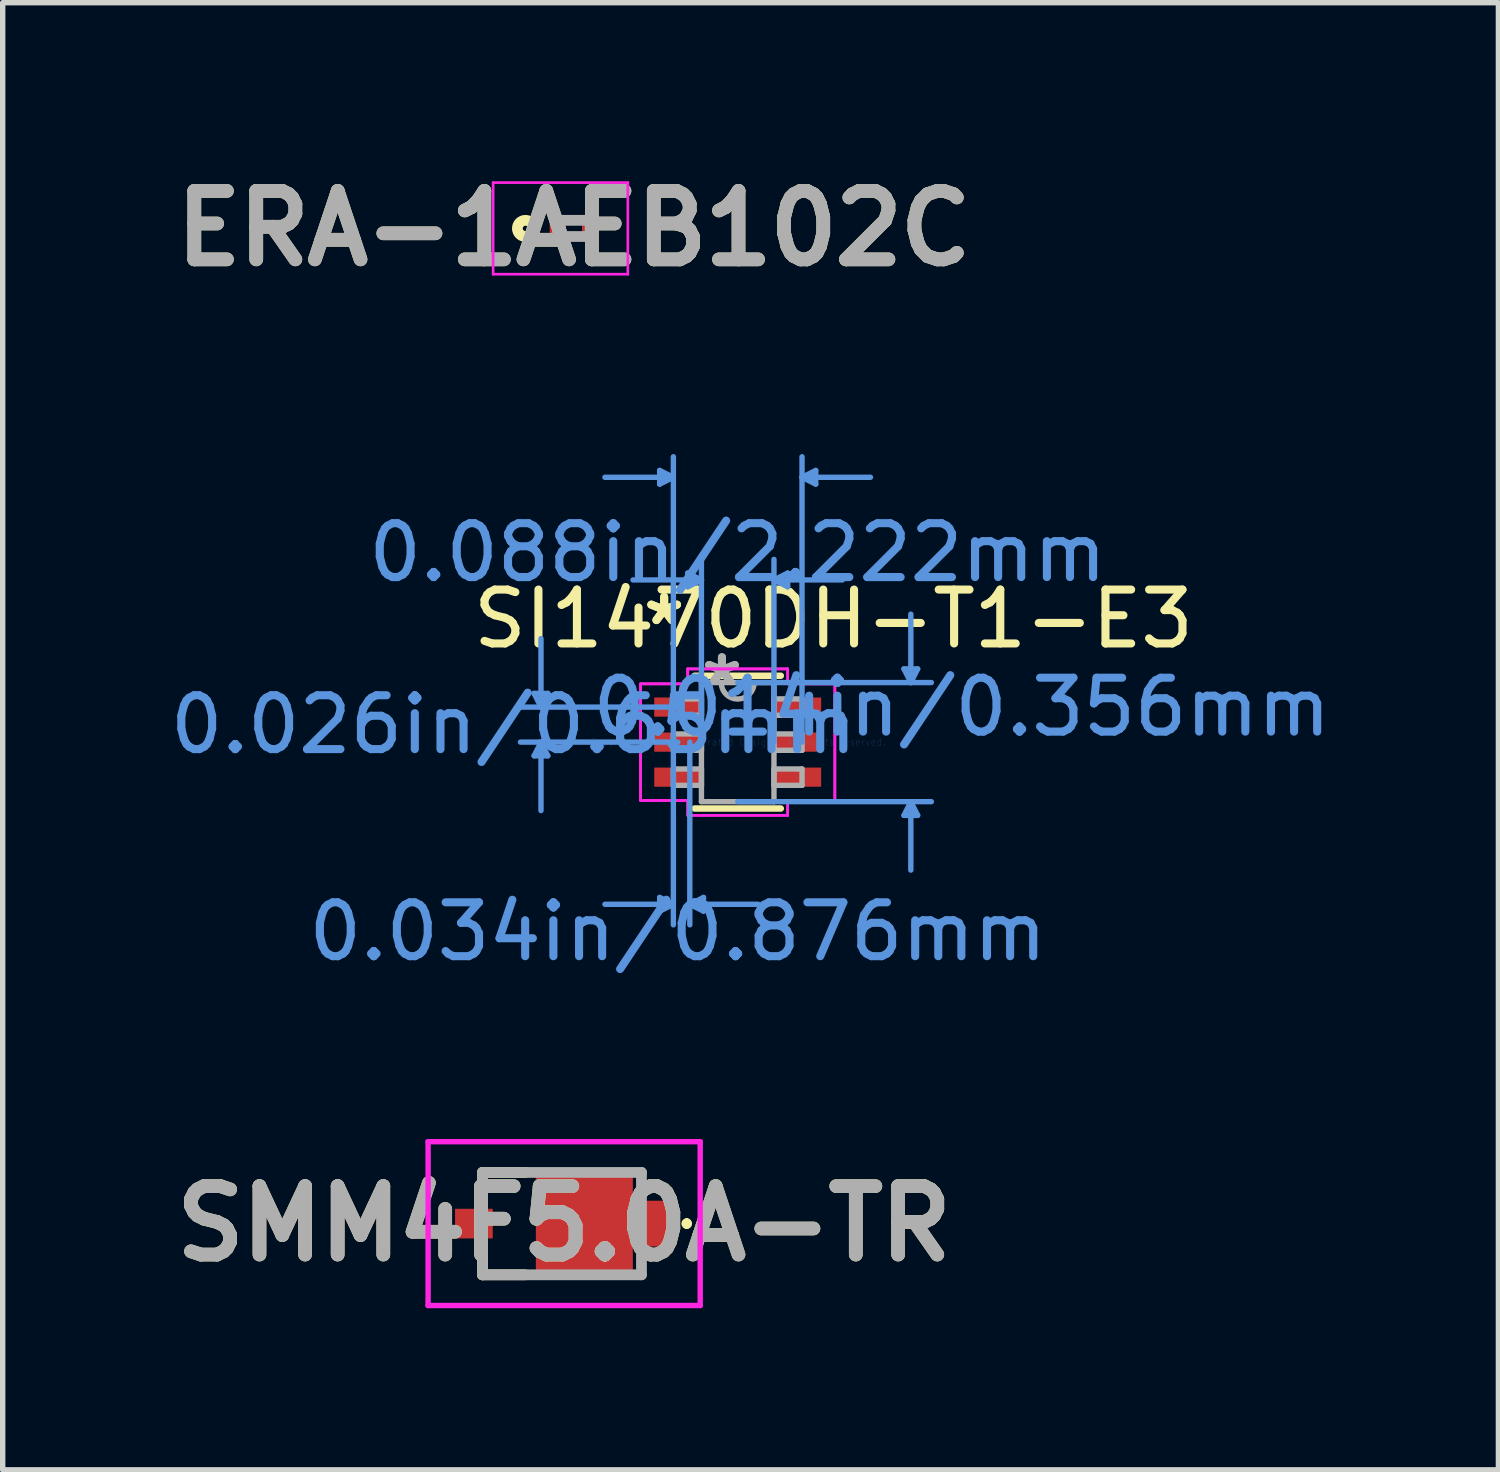
<source format=kicad_pcb>
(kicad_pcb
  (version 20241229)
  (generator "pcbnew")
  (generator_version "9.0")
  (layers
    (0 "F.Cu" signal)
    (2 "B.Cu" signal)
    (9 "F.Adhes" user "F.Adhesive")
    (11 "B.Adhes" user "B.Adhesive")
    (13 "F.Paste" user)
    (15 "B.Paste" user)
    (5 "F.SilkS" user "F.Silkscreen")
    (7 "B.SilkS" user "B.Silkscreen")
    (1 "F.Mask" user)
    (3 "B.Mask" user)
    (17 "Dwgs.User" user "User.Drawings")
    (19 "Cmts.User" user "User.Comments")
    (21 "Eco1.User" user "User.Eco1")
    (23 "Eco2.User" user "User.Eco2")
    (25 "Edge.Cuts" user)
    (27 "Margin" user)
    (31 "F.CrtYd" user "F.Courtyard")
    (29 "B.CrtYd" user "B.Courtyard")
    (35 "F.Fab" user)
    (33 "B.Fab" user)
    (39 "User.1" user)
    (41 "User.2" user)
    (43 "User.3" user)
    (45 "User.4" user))
  (footprint "ERA-1AEB102C"
    (layer "F.Cu")
    (at 7.602 1.189)
    (property "Reference" "ERA-1AEB102C" (at 0 0 0) (layer "F.SilkS") (effects (font (size 1.27 1.27) (thickness 0.254))))
    (attr smd)
    (fp_circle (center -0.9 0) (end -0.9 0.05) (stroke (width 0.2) (type solid)) (fill no) (layer "F.SilkS"))
    (fp_line (start -1.5 -0.85) (end 1 -0.85) (stroke (width 0.05) (type solid)) (layer "F.CrtYd"))
    (fp_line (start -1.5 0.85) (end -1.5 -0.85) (stroke (width 0.05) (type solid)) (layer "F.CrtYd"))
    (fp_line (start 1 -0.85) (end 1 0.85) (stroke (width 0.05) (type solid)) (layer "F.CrtYd"))
    (fp_line (start 1 0.85) (end -1.5 0.85) (stroke (width 0.05) (type solid)) (layer "F.CrtYd"))
    (fp_line (start -0.3 -0.15) (end 0.3 -0.15) (stroke (width 0.2) (type solid)) (layer "F.Fab"))
    (fp_line (start -0.3 0.15) (end -0.3 -0.15) (stroke (width 0.2) (type solid)) (layer "F.Fab"))
    (fp_line (start 0.3 -0.15) (end 0.3 0.15) (stroke (width 0.2) (type solid)) (layer "F.Fab"))
    (fp_line (start 0.3 0.15) (end -0.3 0.15) (stroke (width 0.2) (type solid)) (layer "F.Fab"))
    (fp_text user "${REFERENCE}" (at 0 0 0) (layer "F.Fab") (effects (font (size 1.27 1.27) (thickness 0.254))))
    (pad "1" smd rect (at -0.3 0 90) (size 0.3 0.3) (layers "F.Cu" "F.Mask" "F.Paste"))
    (pad "2" smd rect (at 0.3 0 90) (size 0.3 0.3) (layers "F.Cu" "F.Mask" "F.Paste")))
  (footprint "SMM4F5.0A-TR"
    (layer "F.Cu")
    (at 7.795 19.659)
    (property "Reference" "SMM4F5.0A-TR" (at -0.375 0 0) (layer "F.SilkS") (effects (font (size 1.27 1.27) (thickness 0.254))))
    (attr smd)
    (fp_line (start -1.89 -0.95) (end -1.89 -0.5) (stroke (width 0.2) (type solid)) (layer "F.SilkS"))
    (fp_line (start -1.89 0.5) (end -1.89 0.95) (stroke (width 0.2) (type solid)) (layer "F.SilkS"))
    (fp_line (start -1.89 0.95) (end -1.1 0.95) (stroke (width 0.2) (type solid)) (layer "F.SilkS"))
    (fp_line (start -1.1 -0.95) (end -1.89 -0.95) (stroke (width 0.2) (type solid)) (layer "F.SilkS"))
    (fp_line (start 1.9 -0.05) (end 1.9 -0.05) (stroke (width 0.1) (type solid)) (layer "F.SilkS"))
    (fp_line (start 1.9 0.05) (end 1.9 0.05) (stroke (width 0.1) (type solid)) (layer "F.SilkS"))
    (fp_arc (start 1.9 -0.05) (mid 1.95 0) (end 1.9 0.05) (stroke (width 0.1) (type solid)) (layer "F.SilkS"))
    (fp_arc (start 1.9 0.05) (mid 1.85 0) (end 1.9 -0.05) (stroke (width 0.1) (type solid)) (layer "F.SilkS"))
    (fp_line (start -2.9 -1.52) (end 2.15 -1.52) (stroke (width 0.1) (type solid)) (layer "F.CrtYd"))
    (fp_line (start -2.9 1.52) (end -2.9 -1.52) (stroke (width 0.1) (type solid)) (layer "F.CrtYd"))
    (fp_line (start 2.15 -1.52) (end 2.15 1.52) (stroke (width 0.1) (type solid)) (layer "F.CrtYd"))
    (fp_line (start 2.15 1.52) (end -2.9 1.52) (stroke (width 0.1) (type solid)) (layer "F.CrtYd"))
    (fp_line (start -1.89 -0.95) (end 1.06 -0.95) (stroke (width 0.2) (type solid)) (layer "F.Fab"))
    (fp_line (start -1.89 0.95) (end -1.89 -0.95) (stroke (width 0.2) (type solid)) (layer "F.Fab"))
    (fp_line (start 1.06 -0.95) (end 1.06 0.95) (stroke (width 0.2) (type solid)) (layer "F.Fab"))
    (fp_line (start 1.06 0.95) (end -1.89 0.95) (stroke (width 0.2) (type solid)) (layer "F.Fab"))
    (fp_text user "${REFERENCE}" (at -0.375 0 0) (layer "F.Fab") (effects (font (size 1.27 1.27) (thickness 0.254))))
    (pad "1" smd rect (at 1.275 0) (size 0.75 0.85) (layers "F.Cu" "F.Mask" "F.Paste"))
    (pad "2" smd rect (at -2.05 0 90) (size 0.55 0.7) (layers "F.Cu" "F.Mask" "F.Paste"))
    (pad "3" smd rect (at 0 0) (size 1.8 2.04) (layers "F.Cu" "F.Mask" "F.Paste")))
  (footprint "SI1470DH-T1-E3"
    (layer "F.Cu")
    (at 10.641 10.723)
    (property "Reference" "SI1470DH-T1-E3" (at 1.778 -2.286 0) (layer "F.SilkS") (effects (font (size 1 1) (thickness 0.15))))
    (attr through_hole)
    (fp_line (start -0.8 1.232) (end 0.8 1.232) (stroke (width 0.12) (type solid)) (layer "F.SilkS"))
    (fp_line (start 0.8 -1.232) (end -0.8 -1.232) (stroke (width 0.12) (type solid)) (layer "F.SilkS"))
    (fp_line (start -3.778 -0.904) (end -3.524 -0.904) (stroke (width 0.1) (type solid)) (layer "Cmts.User"))
    (fp_line (start -3.778 0.254) (end -3.524 0.254) (stroke (width 0.1) (type solid)) (layer "Cmts.User"))
    (fp_line (start -3.651 -0.65) (end -3.778 -0.904) (stroke (width 0.1) (type solid)) (layer "Cmts.User"))
    (fp_line (start -3.651 -0.65) (end -3.651 -1.92) (stroke (width 0.1) (type solid)) (layer "Cmts.User"))
    (fp_line (start -3.651 -0.65) (end -3.524 -0.904) (stroke (width 0.1) (type solid)) (layer "Cmts.User"))
    (fp_line (start -3.651 0) (end -3.778 0.254) (stroke (width 0.1) (type solid)) (layer "Cmts.User"))
    (fp_line (start -3.651 0) (end -3.651 1.27) (stroke (width 0.1) (type solid)) (layer "Cmts.User"))
    (fp_line (start -3.651 0) (end -3.524 0.254) (stroke (width 0.1) (type solid)) (layer "Cmts.User"))
    (fp_line (start -1.448 -5.042) (end -1.448 -4.788) (stroke (width 0.1) (type solid)) (layer "Cmts.User"))
    (fp_line (start -1.448 2.883) (end -1.448 3.137) (stroke (width 0.1) (type solid)) (layer "Cmts.User"))
    (fp_line (start -1.194 -4.915) (end -2.464 -4.915) (stroke (width 0.1) (type solid)) (layer "Cmts.User"))
    (fp_line (start -1.194 -4.915) (end -1.448 -5.042) (stroke (width 0.1) (type solid)) (layer "Cmts.User"))
    (fp_line (start -1.194 -4.915) (end -1.448 -4.788) (stroke (width 0.1) (type solid)) (layer "Cmts.User"))
    (fp_line (start -1.194 0) (end -1.194 -5.296) (stroke (width 0.1) (type solid)) (layer "Cmts.User"))
    (fp_line (start -1.194 0) (end -1.194 3.391) (stroke (width 0.1) (type solid)) (layer "Cmts.User"))
    (fp_line (start -1.194 3.01) (end -2.464 3.01) (stroke (width 0.1) (type solid)) (layer "Cmts.User"))
    (fp_line (start -1.194 3.01) (end -1.448 2.883) (stroke (width 0.1) (type solid)) (layer "Cmts.User"))
    (fp_line (start -1.194 3.01) (end -1.448 3.137) (stroke (width 0.1) (type solid)) (layer "Cmts.User"))
    (fp_line (start -1.111 -0.65) (end -4.032 -0.65) (stroke (width 0.1) (type solid)) (layer "Cmts.User"))
    (fp_line (start -1.111 0) (end -4.032 0) (stroke (width 0.1) (type solid)) (layer "Cmts.User"))
    (fp_line (start -0.927 -3.137) (end -0.927 -2.883) (stroke (width 0.1) (type solid)) (layer "Cmts.User"))
    (fp_line (start -0.889 0) (end -0.889 3.391) (stroke (width 0.1) (type solid)) (layer "Cmts.User"))
    (fp_line (start -0.889 3.01) (end -0.635 2.883) (stroke (width 0.1) (type solid)) (layer "Cmts.User"))
    (fp_line (start -0.889 3.01) (end -0.635 3.137) (stroke (width 0.1) (type solid)) (layer "Cmts.User"))
    (fp_line (start -0.889 3.01) (end 0.381 3.01) (stroke (width 0.1) (type solid)) (layer "Cmts.User"))
    (fp_line (start -0.673 -3.01) (end -1.943 -3.01) (stroke (width 0.1) (type solid)) (layer "Cmts.User"))
    (fp_line (start -0.673 -3.01) (end -0.927 -3.137) (stroke (width 0.1) (type solid)) (layer "Cmts.User"))
    (fp_line (start -0.673 -3.01) (end -0.927 -2.883) (stroke (width 0.1) (type solid)) (layer "Cmts.User"))
    (fp_line (start -0.673 0) (end -0.673 -3.391) (stroke (width 0.1) (type solid)) (layer "Cmts.User"))
    (fp_line (start -0.635 2.883) (end -0.635 3.137) (stroke (width 0.1) (type solid)) (layer "Cmts.User"))
    (fp_line (start 0 -1.105) (end 3.594 -1.105) (stroke (width 0.1) (type solid)) (layer "Cmts.User"))
    (fp_line (start 0 1.105) (end 3.594 1.105) (stroke (width 0.1) (type solid)) (layer "Cmts.User"))
    (fp_line (start 0.673 -3.01) (end 0.927 -3.137) (stroke (width 0.1) (type solid)) (layer "Cmts.User"))
    (fp_line (start 0.673 -3.01) (end 0.927 -2.883) (stroke (width 0.1) (type solid)) (layer "Cmts.User"))
    (fp_line (start 0.673 -3.01) (end 1.943 -3.01) (stroke (width 0.1) (type solid)) (layer "Cmts.User"))
    (fp_line (start 0.673 0) (end 0.673 -3.391) (stroke (width 0.1) (type solid)) (layer "Cmts.User"))
    (fp_line (start 0.927 -3.137) (end 0.927 -2.883) (stroke (width 0.1) (type solid)) (layer "Cmts.User"))
    (fp_line (start 1.194 -4.915) (end 1.448 -5.042) (stroke (width 0.1) (type solid)) (layer "Cmts.User"))
    (fp_line (start 1.194 -4.915) (end 1.448 -4.788) (stroke (width 0.1) (type solid)) (layer "Cmts.User"))
    (fp_line (start 1.194 -4.915) (end 2.464 -4.915) (stroke (width 0.1) (type solid)) (layer "Cmts.User"))
    (fp_line (start 1.194 0) (end 1.194 -5.296) (stroke (width 0.1) (type solid)) (layer "Cmts.User"))
    (fp_line (start 1.448 -5.042) (end 1.448 -4.788) (stroke (width 0.1) (type solid)) (layer "Cmts.User"))
    (fp_line (start 3.086 -1.359) (end 3.34 -1.359) (stroke (width 0.1) (type solid)) (layer "Cmts.User"))
    (fp_line (start 3.086 1.359) (end 3.34 1.359) (stroke (width 0.1) (type solid)) (layer "Cmts.User"))
    (fp_line (start 3.213 -1.105) (end 3.086 -1.359) (stroke (width 0.1) (type solid)) (layer "Cmts.User"))
    (fp_line (start 3.213 -1.105) (end 3.213 -2.375) (stroke (width 0.1) (type solid)) (layer "Cmts.User"))
    (fp_line (start 3.213 -1.105) (end 3.34 -1.359) (stroke (width 0.1) (type solid)) (layer "Cmts.User"))
    (fp_line (start 3.213 1.105) (end 3.086 1.359) (stroke (width 0.1) (type solid)) (layer "Cmts.User"))
    (fp_line (start 3.213 1.105) (end 3.213 2.375) (stroke (width 0.1) (type solid)) (layer "Cmts.User"))
    (fp_line (start 3.213 1.105) (end 3.34 1.359) (stroke (width 0.1) (type solid)) (layer "Cmts.User"))
    (fp_line (start -1.803 -1.082) (end -0.927 -1.082) (stroke (width 0.05) (type solid)) (layer "F.CrtYd"))
    (fp_line (start -1.803 -1.082) (end -0.927 -1.082) (stroke (width 0.05) (type solid)) (layer "F.CrtYd"))
    (fp_line (start -1.803 1.082) (end -1.803 -1.082) (stroke (width 0.05) (type solid)) (layer "F.CrtYd"))
    (fp_line (start -1.803 1.082) (end -1.803 -1.082) (stroke (width 0.05) (type solid)) (layer "F.CrtYd"))
    (fp_line (start -1.803 1.082) (end -0.927 1.082) (stroke (width 0.05) (type solid)) (layer "F.CrtYd"))
    (fp_line (start -0.927 -1.359) (end 0.927 -1.359) (stroke (width 0.05) (type solid)) (layer "F.CrtYd"))
    (fp_line (start -0.927 -1.359) (end 0.927 -1.359) (stroke (width 0.05) (type solid)) (layer "F.CrtYd"))
    (fp_line (start -0.927 -1.082) (end -0.927 -1.359) (stroke (width 0.05) (type solid)) (layer "F.CrtYd"))
    (fp_line (start -0.927 -1.082) (end -0.927 -1.359) (stroke (width 0.05) (type solid)) (layer "F.CrtYd"))
    (fp_line (start -0.927 1.082) (end -1.803 1.082) (stroke (width 0.05) (type solid)) (layer "F.CrtYd"))
    (fp_line (start -0.927 1.359) (end -0.927 1.082) (stroke (width 0.05) (type solid)) (layer "F.CrtYd"))
    (fp_line (start -0.927 1.359) (end -0.927 1.082) (stroke (width 0.05) (type solid)) (layer "F.CrtYd"))
    (fp_line (start 0.927 -1.359) (end 0.927 -1.082) (stroke (width 0.05) (type solid)) (layer "F.CrtYd"))
    (fp_line (start 0.927 -1.359) (end 0.927 -1.082) (stroke (width 0.05) (type solid)) (layer "F.CrtYd"))
    (fp_line (start 0.927 -1.082) (end 1.803 -1.082) (stroke (width 0.05) (type solid)) (layer "F.CrtYd"))
    (fp_line (start 0.927 1.082) (end 0.927 1.359) (stroke (width 0.05) (type solid)) (layer "F.CrtYd"))
    (fp_line (start 0.927 1.082) (end 0.927 1.359) (stroke (width 0.05) (type solid)) (layer "F.CrtYd"))
    (fp_line (start 0.927 1.359) (end -0.927 1.359) (stroke (width 0.05) (type solid)) (layer "F.CrtYd"))
    (fp_line (start 0.927 1.359) (end -0.927 1.359) (stroke (width 0.05) (type solid)) (layer "F.CrtYd"))
    (fp_line (start 1.803 -1.082) (end 0.927 -1.082) (stroke (width 0.05) (type solid)) (layer "F.CrtYd"))
    (fp_line (start 1.803 -1.082) (end 1.803 1.082) (stroke (width 0.05) (type solid)) (layer "F.CrtYd"))
    (fp_line (start 1.803 -1.082) (end 1.803 1.082) (stroke (width 0.05) (type solid)) (layer "F.CrtYd"))
    (fp_line (start 1.803 1.082) (end 0.927 1.082) (stroke (width 0.05) (type solid)) (layer "F.CrtYd"))
    (fp_line (start 1.803 1.082) (end 0.927 1.082) (stroke (width 0.05) (type solid)) (layer "F.CrtYd"))
    (fp_line (start -1.194 -0.802) (end -1.194 -0.498) (stroke (width 0.1) (type solid)) (layer "F.Fab"))
    (fp_line (start -1.194 -0.498) (end -0.673 -0.498) (stroke (width 0.1) (type solid)) (layer "F.Fab"))
    (fp_line (start -1.194 -0.152) (end -1.194 0.152) (stroke (width 0.1) (type solid)) (layer "F.Fab"))
    (fp_line (start -1.194 0.152) (end -0.673 0.152) (stroke (width 0.1) (type solid)) (layer "F.Fab"))
    (fp_line (start -1.194 0.498) (end -1.194 0.802) (stroke (width 0.1) (type solid)) (layer "F.Fab"))
    (fp_line (start -1.194 0.802) (end -0.673 0.802) (stroke (width 0.1) (type solid)) (layer "F.Fab"))
    (fp_line (start -0.673 -1.105) (end -0.673 1.105) (stroke (width 0.1) (type solid)) (layer "F.Fab"))
    (fp_line (start -0.673 -0.802) (end -1.194 -0.802) (stroke (width 0.1) (type solid)) (layer "F.Fab"))
    (fp_line (start -0.673 -0.498) (end -0.673 -0.802) (stroke (width 0.1) (type solid)) (layer "F.Fab"))
    (fp_line (start -0.673 -0.152) (end -1.194 -0.152) (stroke (width 0.1) (type solid)) (layer "F.Fab"))
    (fp_line (start -0.673 0.152) (end -0.673 -0.152) (stroke (width 0.1) (type solid)) (layer "F.Fab"))
    (fp_line (start -0.673 0.498) (end -1.194 0.498) (stroke (width 0.1) (type solid)) (layer "F.Fab"))
    (fp_line (start -0.673 0.802) (end -0.673 0.498) (stroke (width 0.1) (type solid)) (layer "F.Fab"))
    (fp_line (start -0.673 1.105) (end 0.673 1.105) (stroke (width 0.1) (type solid)) (layer "F.Fab"))
    (fp_line (start 0.673 -1.105) (end -0.673 -1.105) (stroke (width 0.1) (type solid)) (layer "F.Fab"))
    (fp_line (start 0.673 -0.802) (end 0.673 -0.498) (stroke (width 0.1) (type solid)) (layer "F.Fab"))
    (fp_line (start 0.673 -0.498) (end 1.194 -0.498) (stroke (width 0.1) (type solid)) (layer "F.Fab"))
    (fp_line (start 0.673 -0.152) (end 0.673 0.152) (stroke (width 0.1) (type solid)) (layer "F.Fab"))
    (fp_line (start 0.673 0.152) (end 1.194 0.152) (stroke (width 0.1) (type solid)) (layer "F.Fab"))
    (fp_line (start 0.673 0.498) (end 0.673 0.802) (stroke (width 0.1) (type solid)) (layer "F.Fab"))
    (fp_line (start 0.673 0.802) (end 1.194 0.802) (stroke (width 0.1) (type solid)) (layer "F.Fab"))
    (fp_line (start 0.673 1.105) (end 0.673 -1.105) (stroke (width 0.1) (type solid)) (layer "F.Fab"))
    (fp_line (start 1.194 -0.802) (end 0.673 -0.802) (stroke (width 0.1) (type solid)) (layer "F.Fab"))
    (fp_line (start 1.194 -0.498) (end 1.194 -0.802) (stroke (width 0.1) (type solid)) (layer "F.Fab"))
    (fp_line (start 1.194 -0.152) (end 0.673 -0.152) (stroke (width 0.1) (type solid)) (layer "F.Fab"))
    (fp_line (start 1.194 0.152) (end 1.194 -0.152) (stroke (width 0.1) (type solid)) (layer "F.Fab"))
    (fp_line (start 1.194 0.498) (end 0.673 0.498) (stroke (width 0.1) (type solid)) (layer "F.Fab"))
    (fp_line (start 1.194 0.802) (end 1.194 0.498) (stroke (width 0.1) (type solid)) (layer "F.Fab"))
    (fp_arc (start 0.3048 -1.1049) (mid 0 -0.8001) (end -0.3048 -1.1049) (stroke (width 0.1) (type solid)) (layer "F.Fab"))
    (fp_text user "*" (at -1.365 -2.149 0) (layer "F.SilkS") (effects (font (size 1 1) (thickness 0.15))))
    (fp_text user "*" (at -1.365 -2.149 0) (layer "F.SilkS") (effects (font (size 1 1) (thickness 0.15))))
    (fp_text user "0.026in/0.65mm" (at -4.159 -0.325 0) (layer "Cmts.User") (effects (font (size 1 1) (thickness 0.15))))
    (fp_text user "0.034in/0.876mm" (at -1.111 3.518 0) (layer "Cmts.User") (effects (font (size 1 1) (thickness 0.15))))
    (fp_text user "0.088in/2.222mm" (at 0 -3.518 0) (layer "Cmts.User") (effects (font (size 1 1) (thickness 0.15))))
    (fp_text user "Copyright 2021 Accelerated Designs. All rights reserved." (at 0 0 0) (layer "Cmts.User") (effects (font (size 0.127 0.127) (thickness 0.002))))
    (fp_text user "0.014in/0.356mm" (at 4.159 -0.65 0) (layer "Cmts.User") (effects (font (size 1 1) (thickness 0.15))))
    (fp_text user "*" (at -0.292 -1.029 0) (layer "F.Fab") (effects (font (size 1 1) (thickness 0.15))))
    (fp_text user "*" (at -0.292 -1.029 0) (layer "F.Fab") (effects (font (size 1 1) (thickness 0.15))))
    (pad "1" smd rect (at -1.111 -0.65) (size 0.876 0.356) (layers "F.Cu" "F.Mask" "F.Paste"))
    (pad "2" smd rect (at -1.111 0) (size 0.876 0.356) (layers "F.Cu" "F.Mask" "F.Paste"))
    (pad "3" smd rect (at -1.111 0.65) (size 0.876 0.356) (layers "F.Cu" "F.Mask" "F.Paste"))
    (pad "4" smd rect (at 1.111 0.65) (size 0.876 0.356) (layers "F.Cu" "F.Mask" "F.Paste"))
    (pad "5" smd rect (at 1.111 0) (size 0.876 0.356) (layers "F.Cu" "F.Mask" "F.Paste"))
    (pad "6" smd rect (at 1.111 -0.65) (size 0.876 0.356) (layers "F.Cu" "F.Mask" "F.Paste")))
  (gr_rect
    (start -3 -3)
    (end 24.759 24.229)
    (stroke (width 0.1) (type default))
    (fill no)
    (layer "Edge.Cuts")))
</source>
